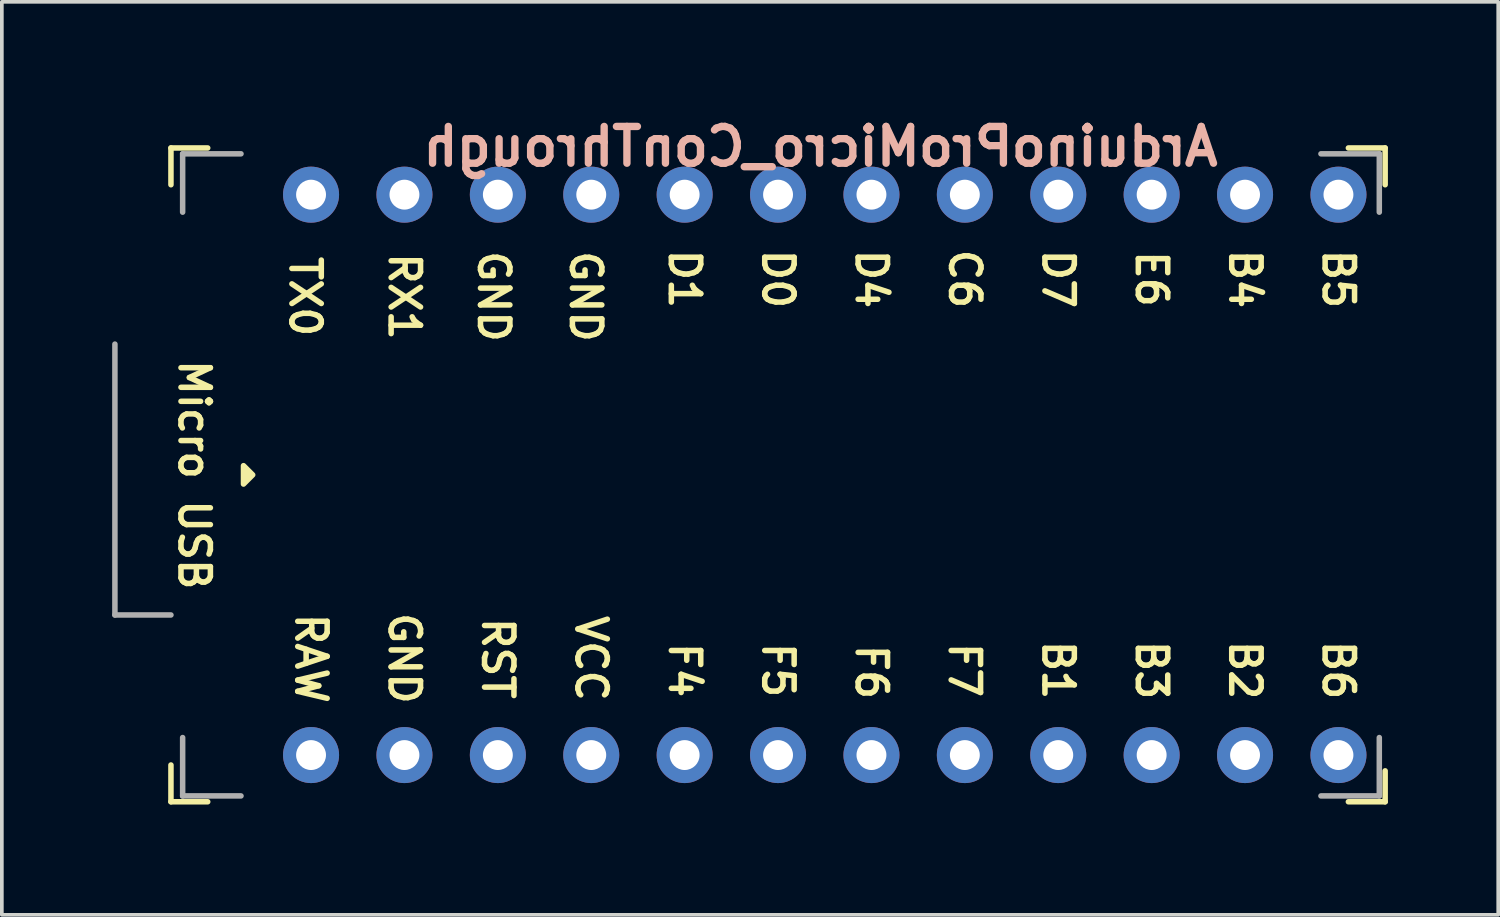
<source format=kicad_pcb>
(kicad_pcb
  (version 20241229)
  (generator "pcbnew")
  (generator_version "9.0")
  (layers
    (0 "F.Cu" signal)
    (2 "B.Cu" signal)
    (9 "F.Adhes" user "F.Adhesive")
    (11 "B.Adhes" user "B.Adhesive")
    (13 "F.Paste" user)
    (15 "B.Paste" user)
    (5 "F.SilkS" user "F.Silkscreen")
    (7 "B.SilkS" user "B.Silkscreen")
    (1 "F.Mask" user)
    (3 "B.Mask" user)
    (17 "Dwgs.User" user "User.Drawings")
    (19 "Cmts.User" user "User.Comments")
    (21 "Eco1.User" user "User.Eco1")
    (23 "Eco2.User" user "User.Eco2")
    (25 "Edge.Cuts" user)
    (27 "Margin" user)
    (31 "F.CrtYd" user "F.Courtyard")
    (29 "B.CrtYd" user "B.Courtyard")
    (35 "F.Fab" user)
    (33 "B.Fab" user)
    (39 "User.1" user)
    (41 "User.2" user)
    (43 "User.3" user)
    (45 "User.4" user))
  (footprint "ArduinoProMicro_ConThrough"
    (layer "F.Cu")
    (at 19.379 9.864)
    (property "Reference" "ArduinoProMicro_ConThrough" (at -0.118 -8.928 0) (layer "B.SilkS") (effects (font (size 1 1) (thickness 0.2)) (justify mirror)))
    (attr through_hole)
    (fp_line (start -17.78 -8.89) (end -17.78 -7.89) (stroke (width 0.15) (type solid)) (layer "F.SilkS"))
    (fp_line (start -17.78 -8.89) (end -16.78 -8.89) (stroke (width 0.15) (type solid)) (layer "F.SilkS"))
    (fp_line (start -17.78 7.89) (end -17.78 8.89) (stroke (width 0.15) (type solid)) (layer "F.SilkS"))
    (fp_line (start -17.78 8.89) (end -16.78 8.89) (stroke (width 0.15) (type solid)) (layer "F.SilkS"))
    (fp_line (start 15.24 -8.89) (end 14.24 -8.89) (stroke (width 0.15) (type solid)) (layer "F.SilkS"))
    (fp_line (start 15.24 -8.89) (end 15.24 -7.89) (stroke (width 0.15) (type solid)) (layer "F.SilkS"))
    (fp_line (start 15.24 8.89) (end 14.24 8.89) (stroke (width 0.15) (type solid)) (layer "F.SilkS"))
    (fp_line (start 15.24 8.89) (end 15.24 8.049) (stroke (width 0.15) (type solid)) (layer "F.SilkS"))
    (fp_poly (pts (xy -15.807 -0.25) (xy -15.807 0.25) (xy -15.557 0)) (stroke (width 0.15) (type solid)) (fill yes) (layer "F.SilkS"))
    (fp_line (start -19.304 3.81) (end -19.304 -3.556) (stroke (width 0.15) (type solid)) (layer "F.Fab"))
    (fp_line (start -17.78 3.81) (end -19.304 3.81) (stroke (width 0.15) (type solid)) (layer "F.Fab"))
    (fp_line (start -17.462 -8.731) (end -17.462 -7.144) (stroke (width 0.15) (type solid)) (layer "F.Fab"))
    (fp_line (start -17.462 7.144) (end -17.462 8.731) (stroke (width 0.15) (type solid)) (layer "F.Fab"))
    (fp_line (start -17.462 8.731) (end -15.875 8.731) (stroke (width 0.15) (type solid)) (layer "F.Fab"))
    (fp_line (start -15.875 -8.731) (end -17.462 -8.731) (stroke (width 0.15) (type solid)) (layer "F.Fab"))
    (fp_line (start 15.081 -8.731) (end 13.494 -8.731) (stroke (width 0.15) (type solid)) (layer "F.Fab"))
    (fp_line (start 15.081 -7.144) (end 15.081 -8.731) (stroke (width 0.15) (type solid)) (layer "F.Fab"))
    (fp_line (start 15.081 7.144) (end 15.081 8.731) (stroke (width 0.15) (type solid)) (layer "F.Fab"))
    (fp_line (start 15.081 8.731) (end 13.494 8.731) (stroke (width 0.15) (type solid)) (layer "F.Fab"))
    (fp_text user "C6" (at 3.81 -5.328 270) (unlocked yes) (layer "F.SilkS") (effects (font (size 0.8 0.8) (thickness 0.15))))
    (fp_text user "Micro USB" (at -17.145 0 270) (unlocked yes) (layer "F.SilkS") (effects (font (size 0.8 0.8) (thickness 0.15))))
    (fp_text user "F4" (at -3.81 5.309 270) (unlocked yes) (layer "F.SilkS") (effects (font (size 0.8 0.8) (thickness 0.15))))
    (fp_text user "RX1" (at -11.43 -4.851 270) (unlocked yes) (layer "F.SilkS") (effects (font (size 0.8 0.8) (thickness 0.15))))
    (fp_text user "D1" (at -3.81 -5.328 270) (unlocked yes) (layer "F.SilkS") (effects (font (size 0.8 0.8) (thickness 0.15))))
    (fp_text user "D4" (at 1.27 -5.328 270) (unlocked yes) (layer "F.SilkS") (effects (font (size 0.8 0.8) (thickness 0.15))))
    (fp_text user "B4" (at 11.43 -5.328 270) (unlocked yes) (layer "F.SilkS") (effects (font (size 0.8 0.8) (thickness 0.15))))
    (fp_text user "GND" (at -9 -4.851 270) (unlocked yes) (layer "F.SilkS") (effects (font (size 0.8 0.8) (thickness 0.15))))
    (fp_text user "RST" (at -8.89 4.991 270) (unlocked yes) (layer "F.SilkS") (effects (font (size 0.8 0.8) (thickness 0.15))))
    (fp_text user "B5" (at 13.97 -5.328 270) (unlocked yes) (layer "F.SilkS") (effects (font (size 0.8 0.8) (thickness 0.15))))
    (fp_text user "B1" (at 6.35 5.309 270) (unlocked yes) (layer "F.SilkS") (effects (font (size 0.8 0.8) (thickness 0.15))))
    (fp_text user "B6" (at 13.97 5.309 270) (unlocked yes) (layer "F.SilkS") (effects (font (size 0.8 0.8) (thickness 0.15))))
    (fp_text user "E6" (at 8.89 -5.328 270) (unlocked yes) (layer "F.SilkS") (effects (font (size 0.8 0.8) (thickness 0.15))))
    (fp_text user "D7" (at 6.35 -5.328 270) (unlocked yes) (layer "F.SilkS") (effects (font (size 0.8 0.8) (thickness 0.15))))
    (fp_text user "GND" (at -11.43 4.991 270) (unlocked yes) (layer "F.SilkS") (effects (font (size 0.8 0.8) (thickness 0.15))))
    (fp_text user "VCC" (at -6.35 4.991 270) (unlocked yes) (layer "F.SilkS") (effects (font (size 0.8 0.8) (thickness 0.15))))
    (fp_text user "F6" (at 1.27 5.36 270) (unlocked yes) (layer "F.SilkS") (effects (font (size 0.8 0.8) (thickness 0.15))))
    (fp_text user "B3" (at 8.89 5.309 270) (unlocked yes) (layer "F.SilkS") (effects (font (size 0.8 0.8) (thickness 0.15))))
    (fp_text user "TX0" (at -14.129 -4.851 270) (unlocked yes) (layer "F.SilkS") (effects (font (size 0.8 0.8) (thickness 0.15))))
    (fp_text user "B2" (at 11.43 5.309 270) (unlocked yes) (layer "F.SilkS") (effects (font (size 0.8 0.8) (thickness 0.15))))
    (fp_text user "F7" (at 3.8 5.309 270) (unlocked yes) (layer "F.SilkS") (effects (font (size 0.8 0.8) (thickness 0.15))))
    (fp_text user "D0" (at -1.27 -5.328 270) (unlocked yes) (layer "F.SilkS") (effects (font (size 0.8 0.8) (thickness 0.15))))
    (fp_text user "RAW" (at -13.97 4.991 270) (unlocked yes) (layer "F.SilkS") (effects (font (size 0.8 0.8) (thickness 0.15))))
    (fp_text user "F5" (at -1.27 5.309 270) (unlocked yes) (layer "F.SilkS") (effects (font (size 0.8 0.8) (thickness 0.15))))
    (fp_text user "GND" (at -6.5 -4.851 270) (unlocked yes) (layer "F.SilkS") (effects (font (size 0.8 0.8) (thickness 0.15))))
    (pad "1" thru_hole circle (at -13.97 -7.62) (size 1.524 1.524) (drill 0.813) (layers "*.Cu" "*.Mask"))
    (pad "2" thru_hole circle (at -11.43 -7.62) (size 1.524 1.524) (drill 0.813) (layers "*.Cu" "*.Mask"))
    (pad "3" thru_hole circle (at -8.89 -7.62) (size 1.524 1.524) (drill 0.813) (layers "*.Cu" "*.Mask"))
    (pad "4" thru_hole circle (at -6.35 -7.62) (size 1.524 1.524) (drill 0.813) (layers "*.Cu" "*.Mask"))
    (pad "5" thru_hole circle (at -3.81 -7.62) (size 1.524 1.524) (drill 0.813) (layers "*.Cu" "*.Mask"))
    (pad "6" thru_hole circle (at -1.27 -7.62) (size 1.524 1.524) (drill 0.813) (layers "*.Cu" "*.Mask"))
    (pad "7" thru_hole circle (at 1.27 -7.62) (size 1.524 1.524) (drill 0.813) (layers "*.Cu" "*.Mask"))
    (pad "8" thru_hole circle (at 3.81 -7.62) (size 1.524 1.524) (drill 0.813) (layers "*.Cu" "*.Mask"))
    (pad "9" thru_hole circle (at 6.35 -7.62) (size 1.524 1.524) (drill 0.813) (layers "*.Cu" "*.Mask"))
    (pad "10" thru_hole circle (at 8.89 -7.62) (size 1.524 1.524) (drill 0.813) (layers "*.Cu" "*.Mask"))
    (pad "11" thru_hole circle (at 11.43 -7.62) (size 1.524 1.524) (drill 0.813) (layers "*.Cu" "*.Mask"))
    (pad "12" thru_hole circle (at 13.97 -7.62) (size 1.524 1.524) (drill 0.813) (layers "*.Cu" "*.Mask"))
    (pad "13" thru_hole circle (at 13.97 7.62) (size 1.524 1.524) (drill 0.813) (layers "*.Cu" "*.Mask"))
    (pad "14" thru_hole circle (at 11.43 7.62) (size 1.524 1.524) (drill 0.813) (layers "*.Cu" "*.Mask"))
    (pad "15" thru_hole circle (at 8.89 7.62) (size 1.524 1.524) (drill 0.813) (layers "*.Cu" "*.Mask"))
    (pad "16" thru_hole circle (at 6.35 7.62) (size 1.524 1.524) (drill 0.813) (layers "*.Cu" "*.Mask"))
    (pad "17" thru_hole circle (at 3.81 7.62) (size 1.524 1.524) (drill 0.813) (layers "*.Cu" "*.Mask"))
    (pad "18" thru_hole circle (at 1.27 7.62) (size 1.524 1.524) (drill 0.813) (layers "*.Cu" "*.Mask"))
    (pad "19" thru_hole circle (at -1.27 7.62) (size 1.524 1.524) (drill 0.813) (layers "*.Cu" "*.Mask"))
    (pad "20" thru_hole circle (at -3.81 7.62) (size 1.524 1.524) (drill 0.813) (layers "*.Cu" "*.Mask"))
    (pad "21" thru_hole circle (at -6.35 7.62) (size 1.524 1.524) (drill 0.813) (layers "*.Cu" "*.Mask"))
    (pad "22" thru_hole circle (at -8.89 7.62) (size 1.524 1.524) (drill 0.813) (layers "*.Cu" "*.Mask"))
    (pad "23" thru_hole circle (at -11.43 7.62) (size 1.524 1.524) (drill 0.813) (layers "*.Cu" "*.Mask"))
    (pad "24" thru_hole circle (at -13.97 7.62) (size 1.524 1.524) (drill 0.813) (layers "*.Cu" "*.Mask")))
  (gr_rect
    (start -3 -3)
    (end 37.694 21.829)
    (stroke (width 0.1) (type default))
    (fill no)
    (layer "Edge.Cuts")))
</source>
